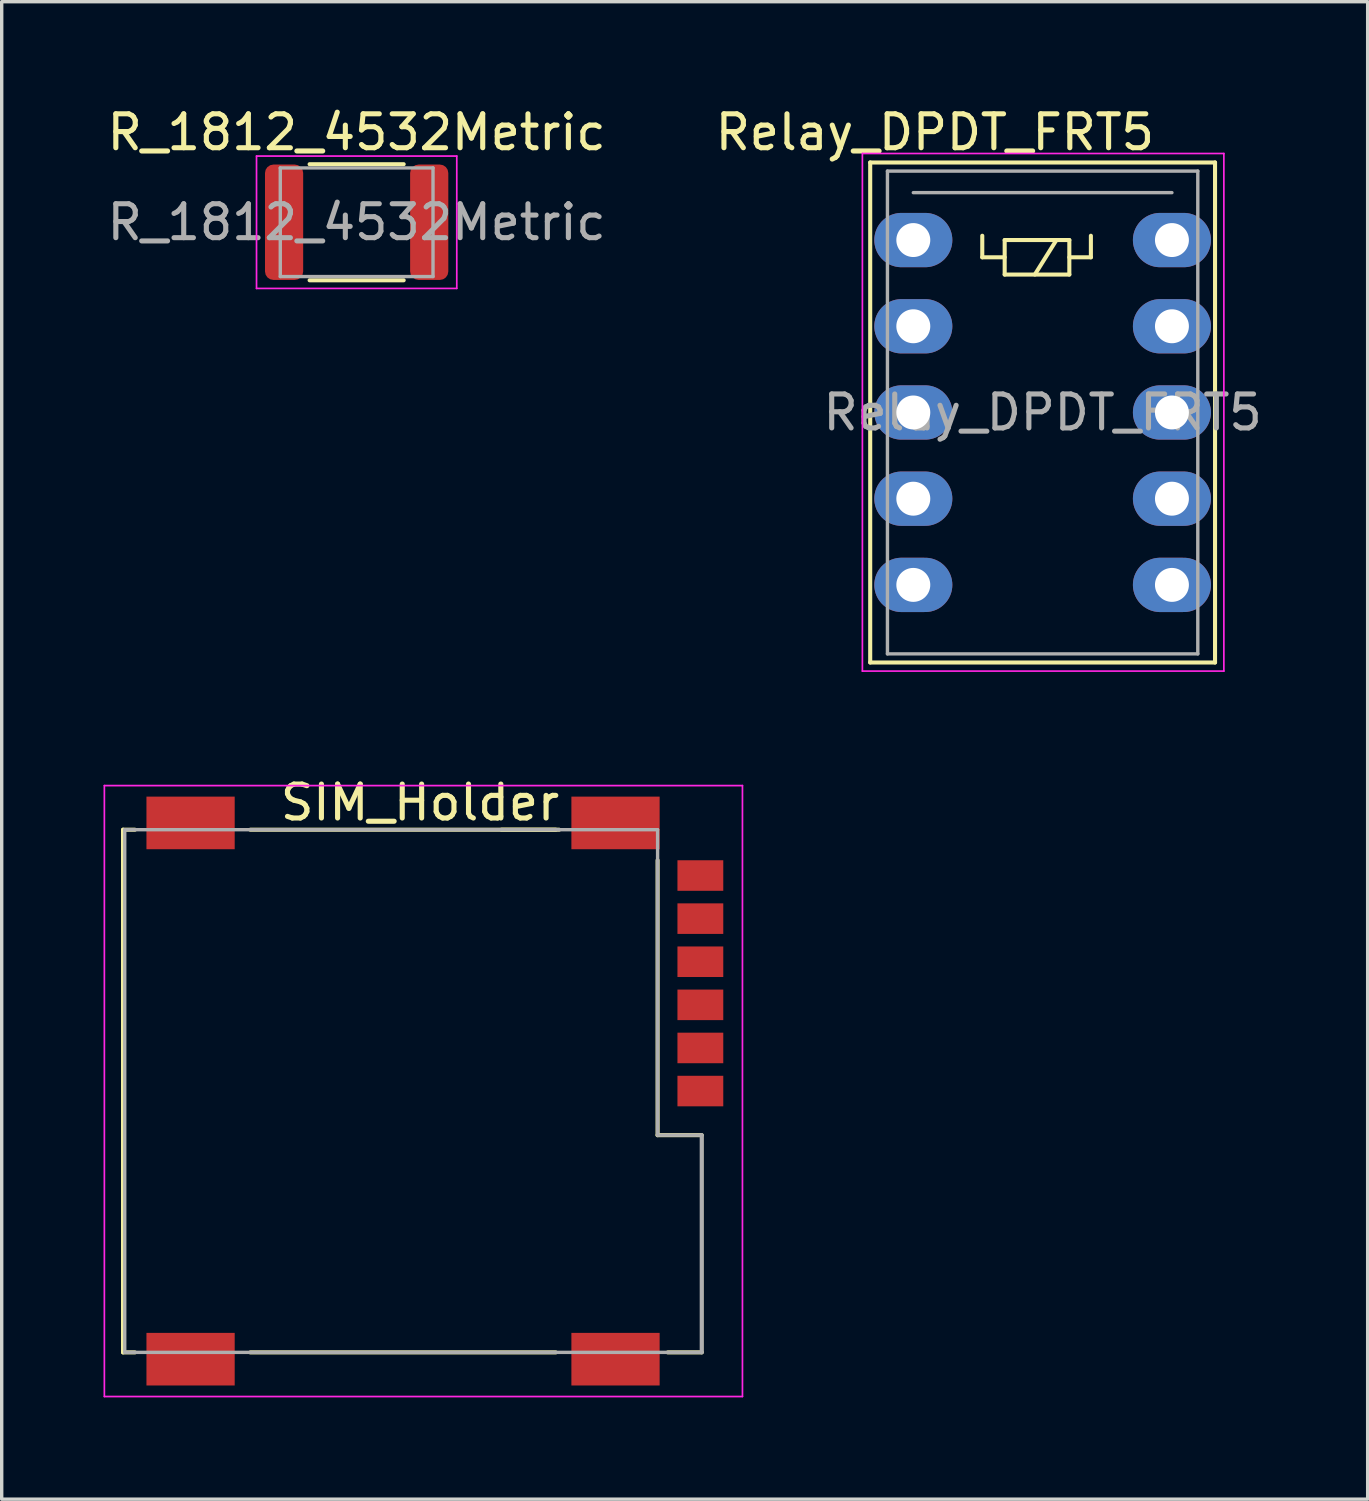
<source format=kicad_pcb>
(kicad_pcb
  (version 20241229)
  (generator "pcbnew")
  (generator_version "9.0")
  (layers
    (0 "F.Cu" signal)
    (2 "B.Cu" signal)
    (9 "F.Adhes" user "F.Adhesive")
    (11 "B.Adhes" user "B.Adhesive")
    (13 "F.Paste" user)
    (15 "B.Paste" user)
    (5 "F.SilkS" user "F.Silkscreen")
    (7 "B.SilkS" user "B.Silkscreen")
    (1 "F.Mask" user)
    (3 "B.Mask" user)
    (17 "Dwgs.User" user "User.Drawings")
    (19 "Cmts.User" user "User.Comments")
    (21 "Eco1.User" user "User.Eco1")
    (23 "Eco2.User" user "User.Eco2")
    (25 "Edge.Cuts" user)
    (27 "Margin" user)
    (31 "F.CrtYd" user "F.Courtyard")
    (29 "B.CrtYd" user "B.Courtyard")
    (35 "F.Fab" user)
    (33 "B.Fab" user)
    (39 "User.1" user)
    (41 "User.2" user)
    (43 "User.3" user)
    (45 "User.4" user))
  (footprint "R_1812_4532Metric"
    (layer "F.Cu")
    (at 7.458 3.498)
    (property "Reference" "R_1812_4532Metric" (at 0 -2.65 0) (layer "F.SilkS") (effects (font (size 1 1) (thickness 0.15))))
    (attr smd)
    (fp_line (start -1.386 -1.71) (end 1.386 -1.71) (stroke (width 0.12) (type solid)) (layer "F.SilkS"))
    (fp_line (start -1.386 1.71) (end 1.386 1.71) (stroke (width 0.12) (type solid)) (layer "F.SilkS"))
    (fp_line (start -2.95 -1.95) (end 2.95 -1.95) (stroke (width 0.05) (type solid)) (layer "F.CrtYd"))
    (fp_line (start -2.95 1.95) (end -2.95 -1.95) (stroke (width 0.05) (type solid)) (layer "F.CrtYd"))
    (fp_line (start 2.95 -1.95) (end 2.95 1.95) (stroke (width 0.05) (type solid)) (layer "F.CrtYd"))
    (fp_line (start 2.95 1.95) (end -2.95 1.95) (stroke (width 0.05) (type solid)) (layer "F.CrtYd"))
    (fp_line (start -2.25 -1.6) (end 2.25 -1.6) (stroke (width 0.1) (type solid)) (layer "F.Fab"))
    (fp_line (start -2.25 1.6) (end -2.25 -1.6) (stroke (width 0.1) (type solid)) (layer "F.Fab"))
    (fp_line (start 2.25 -1.6) (end 2.25 1.6) (stroke (width 0.1) (type solid)) (layer "F.Fab"))
    (fp_line (start 2.25 1.6) (end -2.25 1.6) (stroke (width 0.1) (type solid)) (layer "F.Fab"))
    (fp_text user "${REFERENCE}" (at 0 0 0) (layer "F.Fab") (effects (font (size 1 1) (thickness 0.15))))
    (pad "1" smd roundrect (at -2.138 0) (size 1.125 3.4) (layers "F.Cu" "F.Mask" "F.Paste") (roundrect_rratio 0.222))
    (pad "2" smd roundrect (at 2.138 0) (size 1.125 3.4) (layers "F.Cu" "F.Mask" "F.Paste") (roundrect_rratio 0.222)))
  (footprint "Relay_DPDT_FRT5"
    (layer "F.Cu")
    (at 23.859 4.023)
    (property "Reference" "Relay_DPDT_FRT5" (at 0.635 -3.175 0) (layer "F.SilkS") (effects (font (size 1 1) (thickness 0.15))))
    (attr through_hole)
    (fp_line (start -1.27 -2.286) (end 8.89 -2.286) (stroke (width 0.12) (type solid)) (layer "F.SilkS"))
    (fp_line (start -1.27 12.446) (end -1.27 -2.286) (stroke (width 0.12) (type solid)) (layer "F.SilkS"))
    (fp_line (start 2.032 -0.127) (end 2.032 0.508) (stroke (width 0.12) (type solid)) (layer "F.SilkS"))
    (fp_line (start 2.032 0.508) (end 2.692 0.508) (stroke (width 0.12) (type solid)) (layer "F.SilkS"))
    (fp_line (start 2.692 0) (end 2.692 1.016) (stroke (width 0.12) (type solid)) (layer "F.SilkS"))
    (fp_line (start 2.692 1.016) (end 4.597 1.016) (stroke (width 0.12) (type solid)) (layer "F.SilkS"))
    (fp_line (start 4.216 0) (end 3.581 1.016) (stroke (width 0.12) (type solid)) (layer "F.SilkS"))
    (fp_line (start 4.597 0) (end 2.692 0) (stroke (width 0.12) (type solid)) (layer "F.SilkS"))
    (fp_line (start 4.597 0) (end 4.597 1.016) (stroke (width 0.12) (type solid)) (layer "F.SilkS"))
    (fp_line (start 5.232 -0.127) (end 5.232 0.508) (stroke (width 0.12) (type solid)) (layer "F.SilkS"))
    (fp_line (start 5.232 0.508) (end 4.597 0.508) (stroke (width 0.12) (type solid)) (layer "F.SilkS"))
    (fp_line (start 8.89 -2.286) (end 8.89 12.446) (stroke (width 0.12) (type solid)) (layer "F.SilkS"))
    (fp_line (start 8.89 12.446) (end -1.27 12.446) (stroke (width 0.12) (type solid)) (layer "F.SilkS"))
    (fp_line (start -1.5 -2.55) (end 9.15 -2.55) (stroke (width 0.05) (type solid)) (layer "F.CrtYd"))
    (fp_line (start -1.5 12.7) (end -1.5 -2.55) (stroke (width 0.05) (type solid)) (layer "F.CrtYd"))
    (fp_line (start 9.15 -2.55) (end 9.15 12.7) (stroke (width 0.05) (type solid)) (layer "F.CrtYd"))
    (fp_line (start 9.15 12.7) (end -1.5 12.7) (stroke (width 0.05) (type solid)) (layer "F.CrtYd"))
    (fp_line (start -0.762 -2.032) (end 8.382 -2.032) (stroke (width 0.1) (type solid)) (layer "F.Fab"))
    (fp_line (start -0.762 12.192) (end -0.762 -2.032) (stroke (width 0.1) (type solid)) (layer "F.Fab"))
    (fp_line (start 0 -1.397) (end 7.62 -1.397) (stroke (width 0.1) (type solid)) (layer "F.Fab"))
    (fp_line (start 8.382 -2.032) (end 8.382 12.192) (stroke (width 0.1) (type solid)) (layer "F.Fab"))
    (fp_line (start 8.382 12.192) (end -0.762 12.192) (stroke (width 0.1) (type solid)) (layer "F.Fab"))
    (fp_text user "${REFERENCE}" (at 3.81 5.08 0) (layer "F.Fab") (effects (font (size 1 1) (thickness 0.15))))
    (pad "1" thru_hole oval (at 0 0) (size 2.3 1.6) (drill 1) (layers "*.Cu" "*.Mask"))
    (pad "2" thru_hole oval (at 0 2.54) (size 2.3 1.6) (drill 1) (layers "*.Cu" "*.Mask"))
    (pad "3" thru_hole oval (at 0 5.08) (size 2.3 1.6) (drill 1) (layers "*.Cu" "*.Mask"))
    (pad "4" thru_hole oval (at 0 7.62) (size 2.3 1.6) (drill 1) (layers "*.Cu" "*.Mask"))
    (pad "5" thru_hole oval (at 0 10.16) (size 2.3 1.6) (drill 1) (layers "*.Cu" "*.Mask"))
    (pad "6" thru_hole oval (at 7.62 10.16) (size 2.3 1.6) (drill 1) (layers "*.Cu" "*.Mask"))
    (pad "7" thru_hole oval (at 7.62 7.62) (size 2.3 1.6) (drill 1) (layers "*.Cu" "*.Mask"))
    (pad "8" thru_hole oval (at 7.62 5.08) (size 2.3 1.6) (drill 1) (layers "*.Cu" "*.Mask"))
    (pad "9" thru_hole oval (at 7.62 2.54) (size 2.3 1.6) (drill 1) (layers "*.Cu" "*.Mask"))
    (pad "10" thru_hole oval (at 7.62 0) (size 2.3 1.6) (drill 1) (layers "*.Cu" "*.Mask")))
  (footprint "SIM_Holder"
    (layer "F.Cu")
    (at 8.825 29.096)
    (property "Reference" "SIM_Holder" (at 0.5 -8.5 0) (layer "F.SilkS") (effects (font (size 1 1) (thickness 0.15))))
    (attr through_hole)
    (fp_line (start -8.25 -7.7) (end -8.25 7.7) (stroke (width 0.12) (type solid)) (layer "F.SilkS"))
    (fp_line (start -8.25 -7.7) (end -7.9 -7.7) (stroke (width 0.12) (type solid)) (layer "F.SilkS"))
    (fp_line (start -8.25 7.7) (end -7.9 7.7) (stroke (width 0.12) (type solid)) (layer "F.SilkS"))
    (fp_line (start -4.5 -7.7) (end 4.5 -7.7) (stroke (width 0.12) (type solid)) (layer "F.SilkS"))
    (fp_line (start -4.5 7.7) (end 4.5 7.7) (stroke (width 0.12) (type solid)) (layer "F.SilkS"))
    (fp_line (start 4.6 -7.7) (end 2.9 -7.7) (stroke (width 0.12) (type solid)) (layer "F.SilkS"))
    (fp_line (start 7.5 -6.8) (end 7.5 1.3) (stroke (width 0.12) (type solid)) (layer "F.SilkS"))
    (fp_line (start 7.5 1.3) (end 8.8 1.3) (stroke (width 0.12) (type solid)) (layer "F.SilkS"))
    (fp_line (start 7.8 7.7) (end 8.8 7.7) (stroke (width 0.12) (type solid)) (layer "F.SilkS"))
    (fp_line (start 8.8 7.7) (end 8.8 1.3) (stroke (width 0.1) (type solid)) (layer "F.SilkS"))
    (fp_line (start -8.8 -9) (end 10 -9) (stroke (width 0.05) (type solid)) (layer "F.CrtYd"))
    (fp_line (start -8.8 9) (end -8.8 -9) (stroke (width 0.05) (type solid)) (layer "F.CrtYd"))
    (fp_line (start 10 -9) (end 10 9) (stroke (width 0.05) (type solid)) (layer "F.CrtYd"))
    (fp_line (start 10 9) (end -8.8 9) (stroke (width 0.05) (type solid)) (layer "F.CrtYd"))
    (fp_line (start -8.2 -7.7) (end 7.5 -7.7) (stroke (width 0.1) (type solid)) (layer "F.Fab"))
    (fp_line (start -8.2 7.7) (end -8.2 -7.7) (stroke (width 0.1) (type solid)) (layer "F.Fab"))
    (fp_line (start 7.5 -7.7) (end 7.5 1.3) (stroke (width 0.1) (type solid)) (layer "F.Fab"))
    (fp_line (start 7.5 1.3) (end 8.8 1.3) (stroke (width 0.1) (type solid)) (layer "F.Fab"))
    (fp_line (start 8.8 1.3) (end 8.8 7.7) (stroke (width 0.12) (type solid)) (layer "F.Fab"))
    (fp_line (start 8.8 7.7) (end -8.2 7.7) (stroke (width 0.1) (type solid)) (layer "F.Fab"))
    (pad "1" smd rect (at 8.76 -5.08) (size 1.35 0.9) (layers "F.Cu" "F.Mask" "F.Paste"))
    (pad "2" smd rect (at 8.76 -2.54) (size 1.35 0.9) (layers "F.Cu" "F.Mask" "F.Paste"))
    (pad "3" smd rect (at 8.76 0) (size 1.35 0.9) (layers "F.Cu" "F.Mask" "F.Paste"))
    (pad "5" smd rect (at 8.76 -6.35) (size 1.35 0.9) (layers "F.Cu" "F.Mask" "F.Paste"))
    (pad "6" smd rect (at 8.76 -3.81) (size 1.35 0.9) (layers "F.Cu" "F.Mask" "F.Paste"))
    (pad "7" smd rect (at 8.76 -1.27) (size 1.35 0.9) (layers "F.Cu" "F.Mask" "F.Paste"))
    (pad "GND" smd rect (at -6.26 -7.9) (size 2.6 1.55) (layers "F.Cu" "F.Mask" "F.Paste"))
    (pad "GND" smd rect (at -6.26 7.9) (size 2.6 1.55) (layers "F.Cu" "F.Mask" "F.Paste"))
    (pad "GND" smd rect (at 6.26 -7.9) (size 2.6 1.55) (layers "F.Cu" "F.Mask" "F.Paste"))
    (pad "GND" smd rect (at 6.26 7.9) (size 2.6 1.55) (layers "F.Cu" "F.Mask" "F.Paste")))
  (gr_rect
    (start -3 -3)
    (end 37.246 41.121)
    (stroke (width 0.1) (type default))
    (fill no)
    (layer "Edge.Cuts")))
</source>
